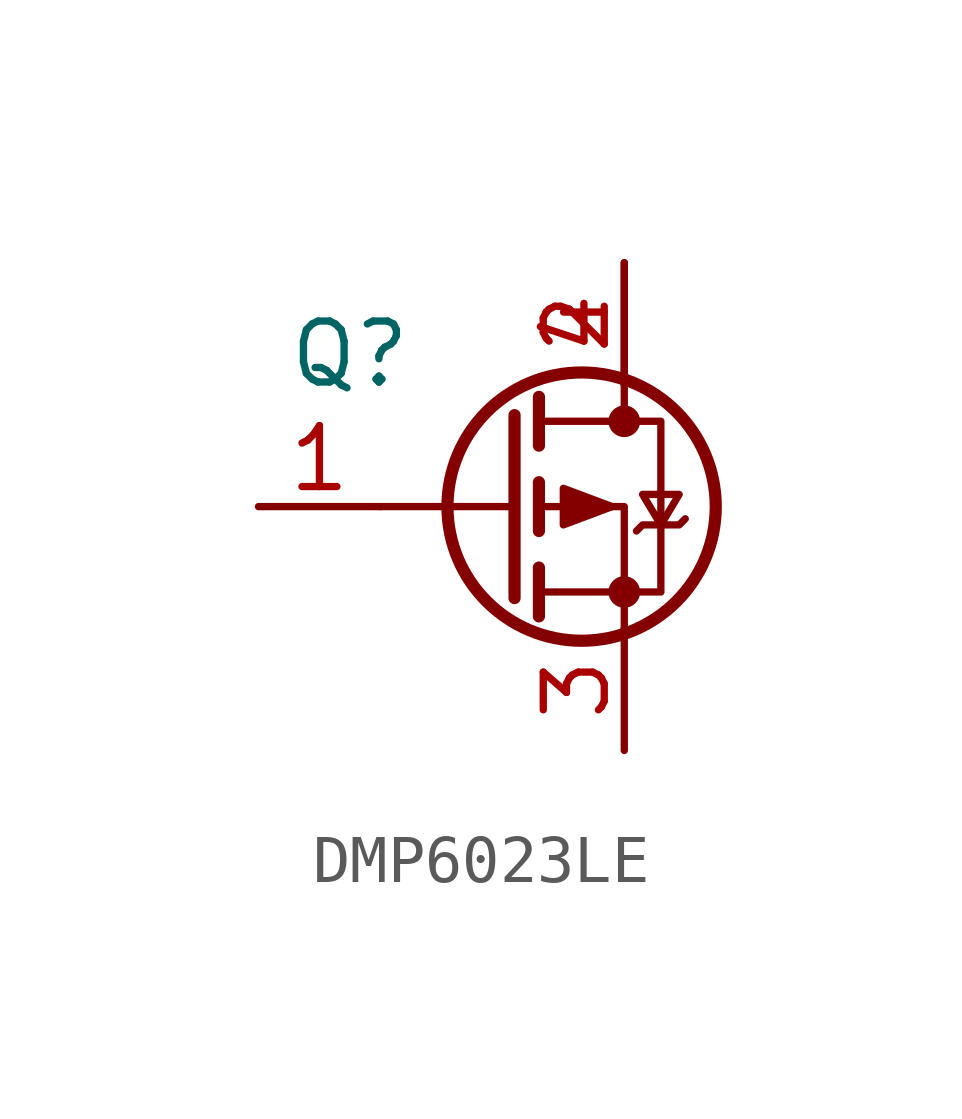
<source format=kicad_sym>
(kicad_symbol_lib
  (version 20220914)
  (generator kicad_symbol_editor)
  (symbol "DMP6023LE"
    (property "Reference" "Q"
      (at 0 0 0)
      (effects (font (size 1.27 1.27))))
    (property "Value" ""
      (at 0 0 0)
      (effects (font (size 1.27 1.27))))
    (symbol "DMP6023LE_0_1"
      (polyline (pts (xy 3.429 -3.175) (xy 0.635 -3.175)) (stroke (width 0) (type default)) (fill (type none)))
      (polyline (pts (xy 3.429 -1.27) (xy 3.429 -5.08)) (stroke (width 0.254) (type default)) (fill (type none)))
      (polyline (pts (xy 3.937 -4.445) (xy 3.937 -5.461)) (stroke (width 0.254) (type default)) (fill (type none)))
      (polyline (pts (xy 3.937 -2.667) (xy 3.937 -3.683)) (stroke (width 0.254) (type default)) (fill (type none)))
      (polyline (pts (xy 3.937 -0.889) (xy 3.937 -1.905)) (stroke (width 0.254) (type default)) (fill (type none)))
      (polyline (pts (xy 5.715 -0.635) (xy 5.715 -1.397)) (stroke (width 0) (type default)) (fill (type none)))
      (polyline (pts (xy 5.715 -5.715) (xy 5.715 -3.175) (xy 3.937 -3.175)) (stroke (width 0) (type default)) (fill (type none)))
      (polyline (pts (xy 3.937 -1.397) (xy 6.477 -1.397) (xy 6.477 -4.953) (xy 3.937 -4.953)) (stroke (width 0) (type default)) (fill (type none)))
      (polyline (pts (xy 5.461 -3.175) (xy 4.445 -2.794) (xy 4.445 -3.556) (xy 5.461 -3.175)) (stroke (width 0) (type default)) (fill (type outline)))
      (polyline (pts (xy 5.969 -3.683) (xy 6.096 -3.556) (xy 6.858 -3.556) (xy 6.985 -3.429)) (stroke (width 0) (type default)) (fill (type none)))
      (polyline (pts (xy 6.477 -3.556) (xy 6.096 -2.921) (xy 6.858 -2.921) (xy 6.477 -3.556)) (stroke (width 0) (type default)) (fill (type none)))
      (circle (center 4.826 -3.175) (radius 2.794) (stroke (width 0.254) (type default)) (fill (type none)))
      (circle (center 5.715 -4.953) (radius 0.254) (stroke (width 0) (type default)) (fill (type outline)))
      (circle (center 5.715 -1.397) (radius 0.254) (stroke (width 0) (type default)) (fill (type outline))))
    (symbol "DMP6023LE_1_1"
      (pin input line (at -1.905 -3.175 0) (length 2.54) (name "" (effects (font (size 1.27 1.27)))) (number "1" (effects (font (size 1.27 1.27)))))
      (pin passive line (at 5.715 1.905 270) (length 2.54) (name "" (effects (font (size 1.27 1.27)))) (number "2" (effects (font (size 1.27 1.27)))))
      (pin passive line (at 5.715 -8.255 90) (length 2.54) (name "" (effects (font (size 1.27 1.27)))) (number "3" (effects (font (size 1.27 1.27)))))
      (pin passive line (at 5.715 -8.255 90) (length 2.54) hide (name "S" (effects (font (size 1.27 1.27)))) (number "3" (effects (font (size 1.27 1.27)))))
      (pin passive line (at 5.715 -8.255 90) (length 2.54) hide (name "S" (effects (font (size 1.27 1.27)))) (number "3" (effects (font (size 1.27 1.27)))))
      (pin passive line (at 5.715 1.905 270) (length 2.54) (name "" (effects (font (size 1.27 1.27)))) (number "4" (effects (font (size 1.27 1.27))))))))
</source>
